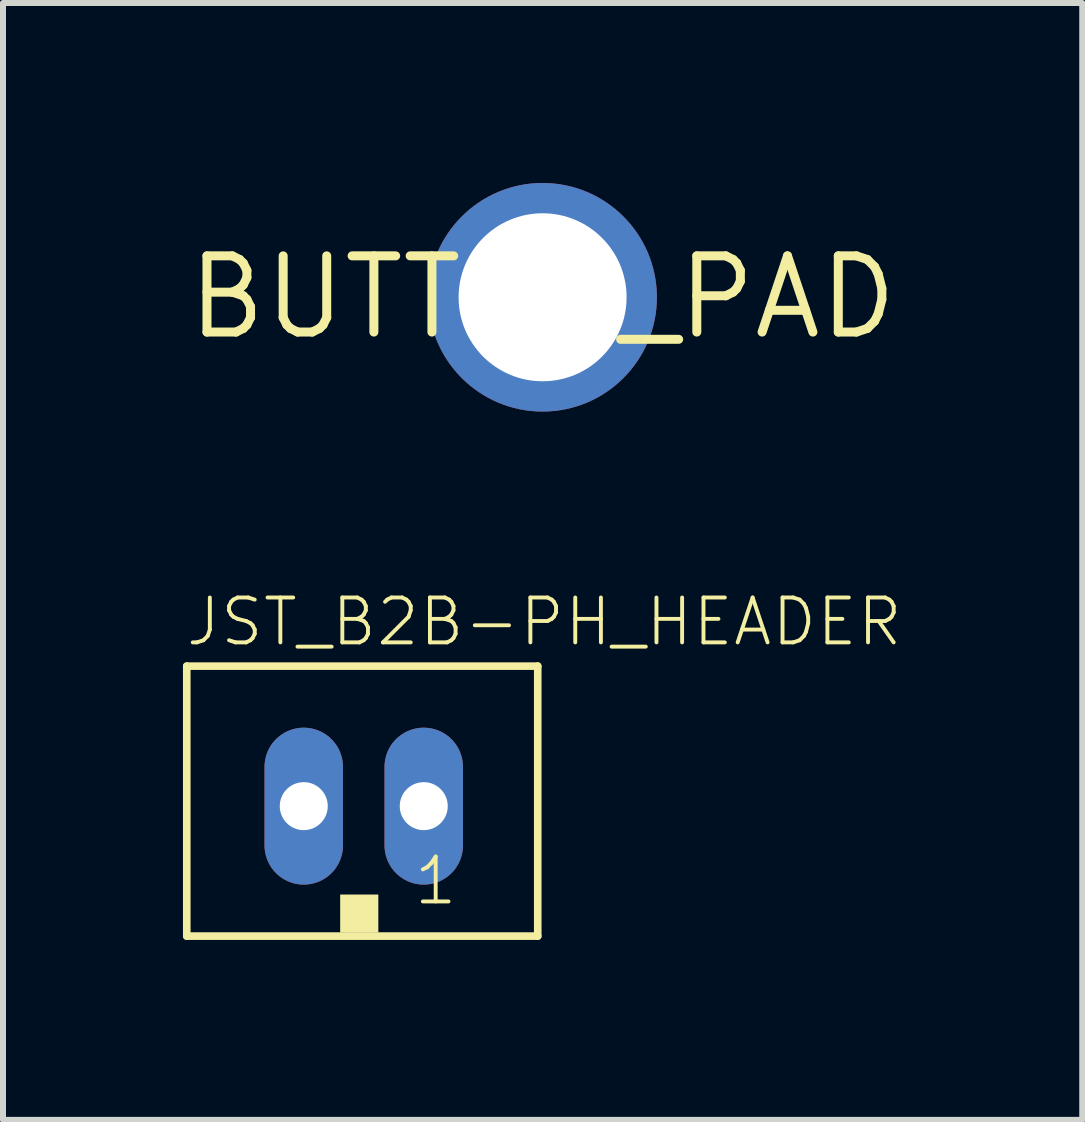
<source format=kicad_pcb>
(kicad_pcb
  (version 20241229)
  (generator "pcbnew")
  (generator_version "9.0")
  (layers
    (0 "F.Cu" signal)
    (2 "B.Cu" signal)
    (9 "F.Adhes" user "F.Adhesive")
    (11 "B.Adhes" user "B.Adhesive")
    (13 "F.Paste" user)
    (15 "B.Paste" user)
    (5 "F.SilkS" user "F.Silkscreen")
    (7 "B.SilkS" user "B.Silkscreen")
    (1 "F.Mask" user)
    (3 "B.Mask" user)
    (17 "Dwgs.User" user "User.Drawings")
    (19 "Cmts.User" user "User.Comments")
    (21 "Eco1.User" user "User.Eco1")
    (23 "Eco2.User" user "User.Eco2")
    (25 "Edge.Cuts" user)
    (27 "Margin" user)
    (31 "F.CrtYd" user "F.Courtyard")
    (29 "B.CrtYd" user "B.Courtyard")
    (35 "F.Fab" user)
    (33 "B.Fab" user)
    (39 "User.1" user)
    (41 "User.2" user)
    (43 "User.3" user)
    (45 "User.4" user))
  (footprint "JST_B2B-PH_HEADER"
    (layer "F.Cu")
    (at 2.938 10.435)
    (property "Reference" "JST_B2B-PH_HEADER" (at -2.925 -2.683 0) (layer "F.SilkS") (effects (font (size 0.748 0.748) (thickness 0.065)) (justify left bottom)))
    (fp_line (start -2.875 -2.382) (end 2.975 -2.382) (stroke (width 0.127) (type solid)) (layer "F.SilkS"))
    (fp_line (start -2.875 2.118) (end -2.875 -2.382) (stroke (width 0.127) (type solid)) (layer "F.SilkS"))
    (fp_line (start 2.975 -2.382) (end 2.975 2.118) (stroke (width 0.127) (type solid)) (layer "F.SilkS"))
    (fp_line (start 2.975 2.118) (end -2.875 2.118) (stroke (width 0.127) (type solid)) (layer "F.SilkS"))
    (fp_poly (pts (xy -0.318 2.06) (xy 0.318 2.06) (xy 0.318 1.425) (xy -0.318 1.425)) (stroke (width 0) (type solid)) (fill yes) (layer "F.SilkS"))
    (fp_text user "1" (at 0.875 1.635 0) (layer "F.SilkS") (effects (font (size 0.748 0.748) (thickness 0.065)) (justify left bottom)))
    (pad "P1" thru_hole oval (at 1.075 -0.048 90) (size 2.616 1.308) (drill 0.8) (layers "*.Cu" "*.Mask"))
    (pad "P2" thru_hole oval (at -0.925 -0.048 90) (size 2.616 1.308) (drill 0.8) (layers "*.Cu" "*.Mask")))
  (footprint "BUTTON_PAD"
    (layer "F.Cu")
    (at 5.994 1.905)
    (property "Reference" "BUTTON_PAD" (at 0 0 0) (layer "F.SilkS") (effects (font (size 1.27 1.27) (thickness 0.15))))
    (pad "P$1" thru_hole circle (at 0 0) (size 3.81 3.81) (drill 2.8) (layers "*.Cu" "*.Mask")))
  (gr_rect
    (start -3 -3)
    (end 14.989 15.616)
    (stroke (width 0.1) (type default))
    (fill no)
    (layer "Edge.Cuts")))
</source>
